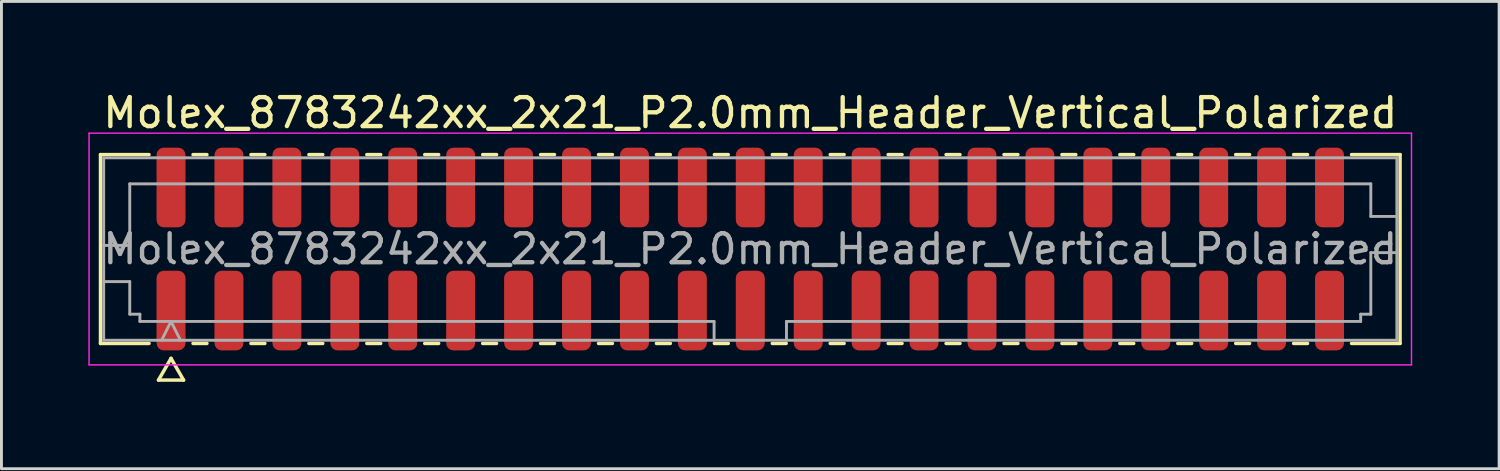
<source format=kicad_pcb>
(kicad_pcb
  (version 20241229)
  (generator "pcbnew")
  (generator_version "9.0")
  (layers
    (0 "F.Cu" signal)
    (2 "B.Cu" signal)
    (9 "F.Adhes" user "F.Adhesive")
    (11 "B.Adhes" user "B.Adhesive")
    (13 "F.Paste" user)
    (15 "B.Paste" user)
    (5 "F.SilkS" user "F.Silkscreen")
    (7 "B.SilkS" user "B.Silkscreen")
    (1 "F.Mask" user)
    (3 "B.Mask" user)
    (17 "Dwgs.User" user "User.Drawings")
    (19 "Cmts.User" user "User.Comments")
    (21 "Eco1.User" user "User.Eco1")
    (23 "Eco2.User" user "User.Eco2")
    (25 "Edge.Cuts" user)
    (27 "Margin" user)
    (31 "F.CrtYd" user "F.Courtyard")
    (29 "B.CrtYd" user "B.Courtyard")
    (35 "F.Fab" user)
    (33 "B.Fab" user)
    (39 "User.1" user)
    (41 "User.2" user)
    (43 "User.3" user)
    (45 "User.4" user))
  (footprint "Molex_8783242xx_2x21_P2.0mm_Header_Vertical_Polarized"
    (layer "F.Cu")
    (at 22.855 5.548)
    (property "Reference" "Molex_8783242xx_2x21_P2.0mm_Header_Vertical_Polarized" (at 0 -4.7 0) (layer "F.SilkS") (effects (font (size 1 1) (thickness 0.15))))
    (attr smd)
    (fp_line (start -22.435 -3.26) (end -20.76 -3.26) (stroke (width 0.12) (type solid)) (layer "F.SilkS"))
    (fp_line (start -22.435 3.26) (end -22.435 -3.26) (stroke (width 0.12) (type solid)) (layer "F.SilkS"))
    (fp_line (start -20.76 3.26) (end -22.435 3.26) (stroke (width 0.12) (type solid)) (layer "F.SilkS"))
    (fp_line (start -20.433 4.525) (end -20 3.775) (stroke (width 0.12) (type solid)) (layer "F.SilkS"))
    (fp_line (start -20 3.775) (end -19.567 4.525) (stroke (width 0.12) (type solid)) (layer "F.SilkS"))
    (fp_line (start -19.567 4.525) (end -20.433 4.525) (stroke (width 0.12) (type solid)) (layer "F.SilkS"))
    (fp_line (start -19.24 -3.26) (end -18.76 -3.26) (stroke (width 0.12) (type solid)) (layer "F.SilkS"))
    (fp_line (start -18.76 3.26) (end -19.24 3.26) (stroke (width 0.12) (type solid)) (layer "F.SilkS"))
    (fp_line (start -17.24 -3.26) (end -16.76 -3.26) (stroke (width 0.12) (type solid)) (layer "F.SilkS"))
    (fp_line (start -16.76 3.26) (end -17.24 3.26) (stroke (width 0.12) (type solid)) (layer "F.SilkS"))
    (fp_line (start -15.24 -3.26) (end -14.76 -3.26) (stroke (width 0.12) (type solid)) (layer "F.SilkS"))
    (fp_line (start -14.76 3.26) (end -15.24 3.26) (stroke (width 0.12) (type solid)) (layer "F.SilkS"))
    (fp_line (start -13.24 -3.26) (end -12.76 -3.26) (stroke (width 0.12) (type solid)) (layer "F.SilkS"))
    (fp_line (start -12.76 3.26) (end -13.24 3.26) (stroke (width 0.12) (type solid)) (layer "F.SilkS"))
    (fp_line (start -11.24 -3.26) (end -10.76 -3.26) (stroke (width 0.12) (type solid)) (layer "F.SilkS"))
    (fp_line (start -10.76 3.26) (end -11.24 3.26) (stroke (width 0.12) (type solid)) (layer "F.SilkS"))
    (fp_line (start -9.24 -3.26) (end -8.76 -3.26) (stroke (width 0.12) (type solid)) (layer "F.SilkS"))
    (fp_line (start -8.76 3.26) (end -9.24 3.26) (stroke (width 0.12) (type solid)) (layer "F.SilkS"))
    (fp_line (start -7.24 -3.26) (end -6.76 -3.26) (stroke (width 0.12) (type solid)) (layer "F.SilkS"))
    (fp_line (start -6.76 3.26) (end -7.24 3.26) (stroke (width 0.12) (type solid)) (layer "F.SilkS"))
    (fp_line (start -5.24 -3.26) (end -4.76 -3.26) (stroke (width 0.12) (type solid)) (layer "F.SilkS"))
    (fp_line (start -4.76 3.26) (end -5.24 3.26) (stroke (width 0.12) (type solid)) (layer "F.SilkS"))
    (fp_line (start -3.24 -3.26) (end -2.76 -3.26) (stroke (width 0.12) (type solid)) (layer "F.SilkS"))
    (fp_line (start -2.76 3.26) (end -3.24 3.26) (stroke (width 0.12) (type solid)) (layer "F.SilkS"))
    (fp_line (start -1.24 -3.26) (end -0.76 -3.26) (stroke (width 0.12) (type solid)) (layer "F.SilkS"))
    (fp_line (start -0.76 3.26) (end -1.24 3.26) (stroke (width 0.12) (type solid)) (layer "F.SilkS"))
    (fp_line (start 0.76 -3.26) (end 1.24 -3.26) (stroke (width 0.12) (type solid)) (layer "F.SilkS"))
    (fp_line (start 1.24 3.26) (end 0.76 3.26) (stroke (width 0.12) (type solid)) (layer "F.SilkS"))
    (fp_line (start 2.76 -3.26) (end 3.24 -3.26) (stroke (width 0.12) (type solid)) (layer "F.SilkS"))
    (fp_line (start 3.24 3.26) (end 2.76 3.26) (stroke (width 0.12) (type solid)) (layer "F.SilkS"))
    (fp_line (start 4.76 -3.26) (end 5.24 -3.26) (stroke (width 0.12) (type solid)) (layer "F.SilkS"))
    (fp_line (start 5.24 3.26) (end 4.76 3.26) (stroke (width 0.12) (type solid)) (layer "F.SilkS"))
    (fp_line (start 6.76 -3.26) (end 7.24 -3.26) (stroke (width 0.12) (type solid)) (layer "F.SilkS"))
    (fp_line (start 7.24 3.26) (end 6.76 3.26) (stroke (width 0.12) (type solid)) (layer "F.SilkS"))
    (fp_line (start 8.76 -3.26) (end 9.24 -3.26) (stroke (width 0.12) (type solid)) (layer "F.SilkS"))
    (fp_line (start 9.24 3.26) (end 8.76 3.26) (stroke (width 0.12) (type solid)) (layer "F.SilkS"))
    (fp_line (start 10.76 -3.26) (end 11.24 -3.26) (stroke (width 0.12) (type solid)) (layer "F.SilkS"))
    (fp_line (start 11.24 3.26) (end 10.76 3.26) (stroke (width 0.12) (type solid)) (layer "F.SilkS"))
    (fp_line (start 12.76 -3.26) (end 13.24 -3.26) (stroke (width 0.12) (type solid)) (layer "F.SilkS"))
    (fp_line (start 13.24 3.26) (end 12.76 3.26) (stroke (width 0.12) (type solid)) (layer "F.SilkS"))
    (fp_line (start 14.76 -3.26) (end 15.24 -3.26) (stroke (width 0.12) (type solid)) (layer "F.SilkS"))
    (fp_line (start 15.24 3.26) (end 14.76 3.26) (stroke (width 0.12) (type solid)) (layer "F.SilkS"))
    (fp_line (start 16.76 -3.26) (end 17.24 -3.26) (stroke (width 0.12) (type solid)) (layer "F.SilkS"))
    (fp_line (start 17.24 3.26) (end 16.76 3.26) (stroke (width 0.12) (type solid)) (layer "F.SilkS"))
    (fp_line (start 18.76 -3.26) (end 19.24 -3.26) (stroke (width 0.12) (type solid)) (layer "F.SilkS"))
    (fp_line (start 19.24 3.26) (end 18.76 3.26) (stroke (width 0.12) (type solid)) (layer "F.SilkS"))
    (fp_line (start 20.76 -3.26) (end 22.435 -3.26) (stroke (width 0.12) (type solid)) (layer "F.SilkS"))
    (fp_line (start 22.435 -3.26) (end 22.435 3.26) (stroke (width 0.12) (type solid)) (layer "F.SilkS"))
    (fp_line (start 22.435 3.26) (end 20.76 3.26) (stroke (width 0.12) (type solid)) (layer "F.SilkS"))
    (fp_line (start -22.83 -4) (end -22.83 4) (stroke (width 0.05) (type solid)) (layer "F.CrtYd"))
    (fp_line (start -22.83 4) (end 22.83 4) (stroke (width 0.05) (type solid)) (layer "F.CrtYd"))
    (fp_line (start 22.83 -4) (end -22.83 -4) (stroke (width 0.05) (type solid)) (layer "F.CrtYd"))
    (fp_line (start 22.83 4) (end 22.83 -4) (stroke (width 0.05) (type solid)) (layer "F.CrtYd"))
    (fp_line (start -22.325 -3.15) (end 22.325 -3.15) (stroke (width 0.1) (type solid)) (layer "F.Fab"))
    (fp_line (start -22.325 -0.125) (end -21.425 -0.125) (stroke (width 0.1) (type solid)) (layer "F.Fab"))
    (fp_line (start -22.325 1.125) (end -21.425 1.125) (stroke (width 0.1) (type solid)) (layer "F.Fab"))
    (fp_line (start -22.325 3.15) (end -22.325 -3.15) (stroke (width 0.1) (type solid)) (layer "F.Fab"))
    (fp_line (start -21.425 -2.25) (end 21.425 -2.25) (stroke (width 0.1) (type solid)) (layer "F.Fab"))
    (fp_line (start -21.425 -0.125) (end -21.425 -2.25) (stroke (width 0.1) (type solid)) (layer "F.Fab"))
    (fp_line (start -21.425 1.125) (end -21.425 2.25) (stroke (width 0.1) (type solid)) (layer "F.Fab"))
    (fp_line (start -21.425 2.25) (end -21.075 2.25) (stroke (width 0.1) (type solid)) (layer "F.Fab"))
    (fp_line (start -21.075 2.25) (end -21.075 2.5) (stroke (width 0.1) (type solid)) (layer "F.Fab"))
    (fp_line (start -21.075 2.5) (end -1.25 2.5) (stroke (width 0.1) (type solid)) (layer "F.Fab"))
    (fp_line (start -20.325 3.15) (end -20 2.5) (stroke (width 0.1) (type solid)) (layer "F.Fab"))
    (fp_line (start -20 2.5) (end -19.675 3.15) (stroke (width 0.1) (type solid)) (layer "F.Fab"))
    (fp_line (start -1.25 2.5) (end -1.25 3.15) (stroke (width 0.1) (type solid)) (layer "F.Fab"))
    (fp_line (start 1.25 2.5) (end 1.25 3.15) (stroke (width 0.1) (type solid)) (layer "F.Fab"))
    (fp_line (start 1.25 2.5) (end 21.075 2.5) (stroke (width 0.1) (type solid)) (layer "F.Fab"))
    (fp_line (start 21.075 2.25) (end 21.425 2.25) (stroke (width 0.1) (type solid)) (layer "F.Fab"))
    (fp_line (start 21.075 2.5) (end 21.075 2.25) (stroke (width 0.1) (type solid)) (layer "F.Fab"))
    (fp_line (start 21.425 -2.25) (end 21.425 -1.125) (stroke (width 0.1) (type solid)) (layer "F.Fab"))
    (fp_line (start 21.425 -1.125) (end 22.325 -1.125) (stroke (width 0.1) (type solid)) (layer "F.Fab"))
    (fp_line (start 21.425 0.125) (end 22.325 0.125) (stroke (width 0.1) (type solid)) (layer "F.Fab"))
    (fp_line (start 21.425 2.25) (end 21.425 0.125) (stroke (width 0.1) (type solid)) (layer "F.Fab"))
    (fp_line (start 22.325 -3.15) (end 22.325 3.15) (stroke (width 0.1) (type solid)) (layer "F.Fab"))
    (fp_line (start 22.325 3.15) (end -22.325 3.15) (stroke (width 0.1) (type solid)) (layer "F.Fab"))
    (fp_text user "${REFERENCE}" (at 0 0 0) (layer "F.Fab") (effects (font (size 1 1) (thickness 0.15))))
    (pad "1" smd roundrect (at -20 2.125) (size 1 2.75) (layers "F.Cu" "F.Mask" "F.Paste") (roundrect_rratio 0.25))
    (pad "2" smd roundrect (at -20 -2.125) (size 1 2.75) (layers "F.Cu" "F.Mask" "F.Paste") (roundrect_rratio 0.25))
    (pad "3" smd roundrect (at -18 2.125) (size 1 2.75) (layers "F.Cu" "F.Mask" "F.Paste") (roundrect_rratio 0.25))
    (pad "4" smd roundrect (at -18 -2.125) (size 1 2.75) (layers "F.Cu" "F.Mask" "F.Paste") (roundrect_rratio 0.25))
    (pad "5" smd roundrect (at -16 2.125) (size 1 2.75) (layers "F.Cu" "F.Mask" "F.Paste") (roundrect_rratio 0.25))
    (pad "6" smd roundrect (at -16 -2.125) (size 1 2.75) (layers "F.Cu" "F.Mask" "F.Paste") (roundrect_rratio 0.25))
    (pad "7" smd roundrect (at -14 2.125) (size 1 2.75) (layers "F.Cu" "F.Mask" "F.Paste") (roundrect_rratio 0.25))
    (pad "8" smd roundrect (at -14 -2.125) (size 1 2.75) (layers "F.Cu" "F.Mask" "F.Paste") (roundrect_rratio 0.25))
    (pad "9" smd roundrect (at -12 2.125) (size 1 2.75) (layers "F.Cu" "F.Mask" "F.Paste") (roundrect_rratio 0.25))
    (pad "10" smd roundrect (at -12 -2.125) (size 1 2.75) (layers "F.Cu" "F.Mask" "F.Paste") (roundrect_rratio 0.25))
    (pad "11" smd roundrect (at -10 2.125) (size 1 2.75) (layers "F.Cu" "F.Mask" "F.Paste") (roundrect_rratio 0.25))
    (pad "12" smd roundrect (at -10 -2.125) (size 1 2.75) (layers "F.Cu" "F.Mask" "F.Paste") (roundrect_rratio 0.25))
    (pad "13" smd roundrect (at -8 2.125) (size 1 2.75) (layers "F.Cu" "F.Mask" "F.Paste") (roundrect_rratio 0.25))
    (pad "14" smd roundrect (at -8 -2.125) (size 1 2.75) (layers "F.Cu" "F.Mask" "F.Paste") (roundrect_rratio 0.25))
    (pad "15" smd roundrect (at -6 2.125) (size 1 2.75) (layers "F.Cu" "F.Mask" "F.Paste") (roundrect_rratio 0.25))
    (pad "16" smd roundrect (at -6 -2.125) (size 1 2.75) (layers "F.Cu" "F.Mask" "F.Paste") (roundrect_rratio 0.25))
    (pad "17" smd roundrect (at -4 2.125) (size 1 2.75) (layers "F.Cu" "F.Mask" "F.Paste") (roundrect_rratio 0.25))
    (pad "18" smd roundrect (at -4 -2.125) (size 1 2.75) (layers "F.Cu" "F.Mask" "F.Paste") (roundrect_rratio 0.25))
    (pad "19" smd roundrect (at -2 2.125) (size 1 2.75) (layers "F.Cu" "F.Mask" "F.Paste") (roundrect_rratio 0.25))
    (pad "20" smd roundrect (at -2 -2.125) (size 1 2.75) (layers "F.Cu" "F.Mask" "F.Paste") (roundrect_rratio 0.25))
    (pad "21" smd roundrect (at 0 2.125) (size 1 2.75) (layers "F.Cu" "F.Mask" "F.Paste") (roundrect_rratio 0.25))
    (pad "22" smd roundrect (at 0 -2.125) (size 1 2.75) (layers "F.Cu" "F.Mask" "F.Paste") (roundrect_rratio 0.25))
    (pad "23" smd roundrect (at 2 2.125) (size 1 2.75) (layers "F.Cu" "F.Mask" "F.Paste") (roundrect_rratio 0.25))
    (pad "24" smd roundrect (at 2 -2.125) (size 1 2.75) (layers "F.Cu" "F.Mask" "F.Paste") (roundrect_rratio 0.25))
    (pad "25" smd roundrect (at 4 2.125) (size 1 2.75) (layers "F.Cu" "F.Mask" "F.Paste") (roundrect_rratio 0.25))
    (pad "26" smd roundrect (at 4 -2.125) (size 1 2.75) (layers "F.Cu" "F.Mask" "F.Paste") (roundrect_rratio 0.25))
    (pad "27" smd roundrect (at 6 2.125) (size 1 2.75) (layers "F.Cu" "F.Mask" "F.Paste") (roundrect_rratio 0.25))
    (pad "28" smd roundrect (at 6 -2.125) (size 1 2.75) (layers "F.Cu" "F.Mask" "F.Paste") (roundrect_rratio 0.25))
    (pad "29" smd roundrect (at 8 2.125) (size 1 2.75) (layers "F.Cu" "F.Mask" "F.Paste") (roundrect_rratio 0.25))
    (pad "30" smd roundrect (at 8 -2.125) (size 1 2.75) (layers "F.Cu" "F.Mask" "F.Paste") (roundrect_rratio 0.25))
    (pad "31" smd roundrect (at 10 2.125) (size 1 2.75) (layers "F.Cu" "F.Mask" "F.Paste") (roundrect_rratio 0.25))
    (pad "32" smd roundrect (at 10 -2.125) (size 1 2.75) (layers "F.Cu" "F.Mask" "F.Paste") (roundrect_rratio 0.25))
    (pad "33" smd roundrect (at 12 2.125) (size 1 2.75) (layers "F.Cu" "F.Mask" "F.Paste") (roundrect_rratio 0.25))
    (pad "34" smd roundrect (at 12 -2.125) (size 1 2.75) (layers "F.Cu" "F.Mask" "F.Paste") (roundrect_rratio 0.25))
    (pad "35" smd roundrect (at 14 2.125) (size 1 2.75) (layers "F.Cu" "F.Mask" "F.Paste") (roundrect_rratio 0.25))
    (pad "36" smd roundrect (at 14 -2.125) (size 1 2.75) (layers "F.Cu" "F.Mask" "F.Paste") (roundrect_rratio 0.25))
    (pad "37" smd roundrect (at 16 2.125) (size 1 2.75) (layers "F.Cu" "F.Mask" "F.Paste") (roundrect_rratio 0.25))
    (pad "38" smd roundrect (at 16 -2.125) (size 1 2.75) (layers "F.Cu" "F.Mask" "F.Paste") (roundrect_rratio 0.25))
    (pad "39" smd roundrect (at 18 2.125) (size 1 2.75) (layers "F.Cu" "F.Mask" "F.Paste") (roundrect_rratio 0.25))
    (pad "40" smd roundrect (at 18 -2.125) (size 1 2.75) (layers "F.Cu" "F.Mask" "F.Paste") (roundrect_rratio 0.25))
    (pad "41" smd roundrect (at 20 2.125) (size 1 2.75) (layers "F.Cu" "F.Mask" "F.Paste") (roundrect_rratio 0.25))
    (pad "42" smd roundrect (at 20 -2.125) (size 1 2.75) (layers "F.Cu" "F.Mask" "F.Paste") (roundrect_rratio 0.25)))
  (gr_rect
    (start -3 -3)
    (end 48.71 13.133)
    (stroke (width 0.1) (type default))
    (fill no)
    (layer "Edge.Cuts")))
</source>
